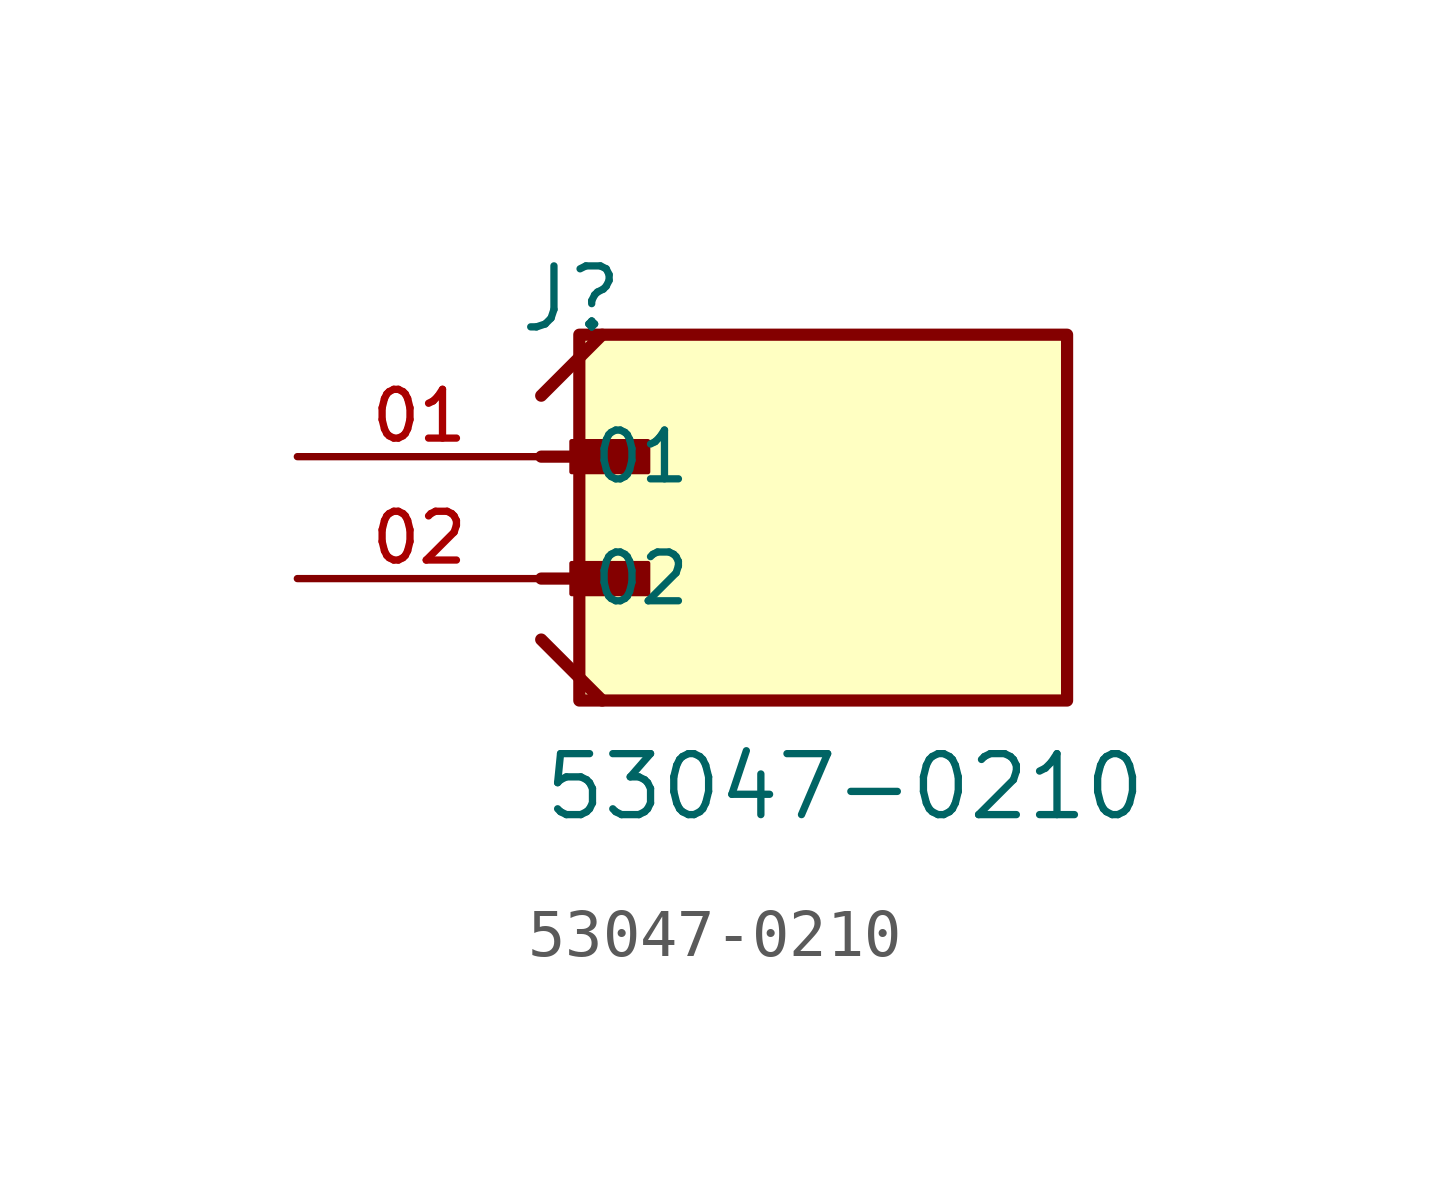
<source format=kicad_sym>
(kicad_symbol_lib
  (version 20211014)
  (generator kicad_symbol_editor)
  (symbol "53047-0210"
    (pin_names
      (offset 1.016))
    (property "Reference" "J"
      (at -5.58 5.08 0)
      (effects (font (size 1.27 1.27)) (justify bottom left)))
    (property "Value" "53047-0210"
      (at -5.08 -5.08 0)
      (effects (font (size 1.27 1.27)) (justify bottom left)))
    (symbol "53047-0210_0_0"
      (polyline (pts (xy -5.08 2.54) (xy -3.175 2.54)) (stroke (width 0.254)))
      (rectangle (start -4.445 2.223) (end -2.857 2.857) (stroke (width 0.1)) (fill (type outline)))
      (polyline (pts (xy -5.08 0.0) (xy -3.175 0.0)) (stroke (width 0.254)))
      (rectangle (start -4.445 -0.318) (end -2.857 0.318) (stroke (width 0.1)) (fill (type outline)))
      (polyline (pts (xy -5.08 -1.27) (xy -3.81 -2.54)) (stroke (width 0.254)))
      (polyline (pts (xy -5.08 3.81) (xy -3.81 5.08)) (stroke (width 0.254)))
      (rectangle (start -4.286 -2.54) (end 5.874 5.08) (stroke (width 0.254)) (fill (type background)))
      (pin passive line (at -10.16 2.54 0) (length 5.08) (name "01" (effects (font (size 1.016 1.016)))) (number "01" (effects (font (size 1.016 1.016)))))
      (pin passive line (at -10.16 0.0 0) (length 5.08) (name "02" (effects (font (size 1.016 1.016)))) (number "02" (effects (font (size 1.016 1.016))))))))
</source>
